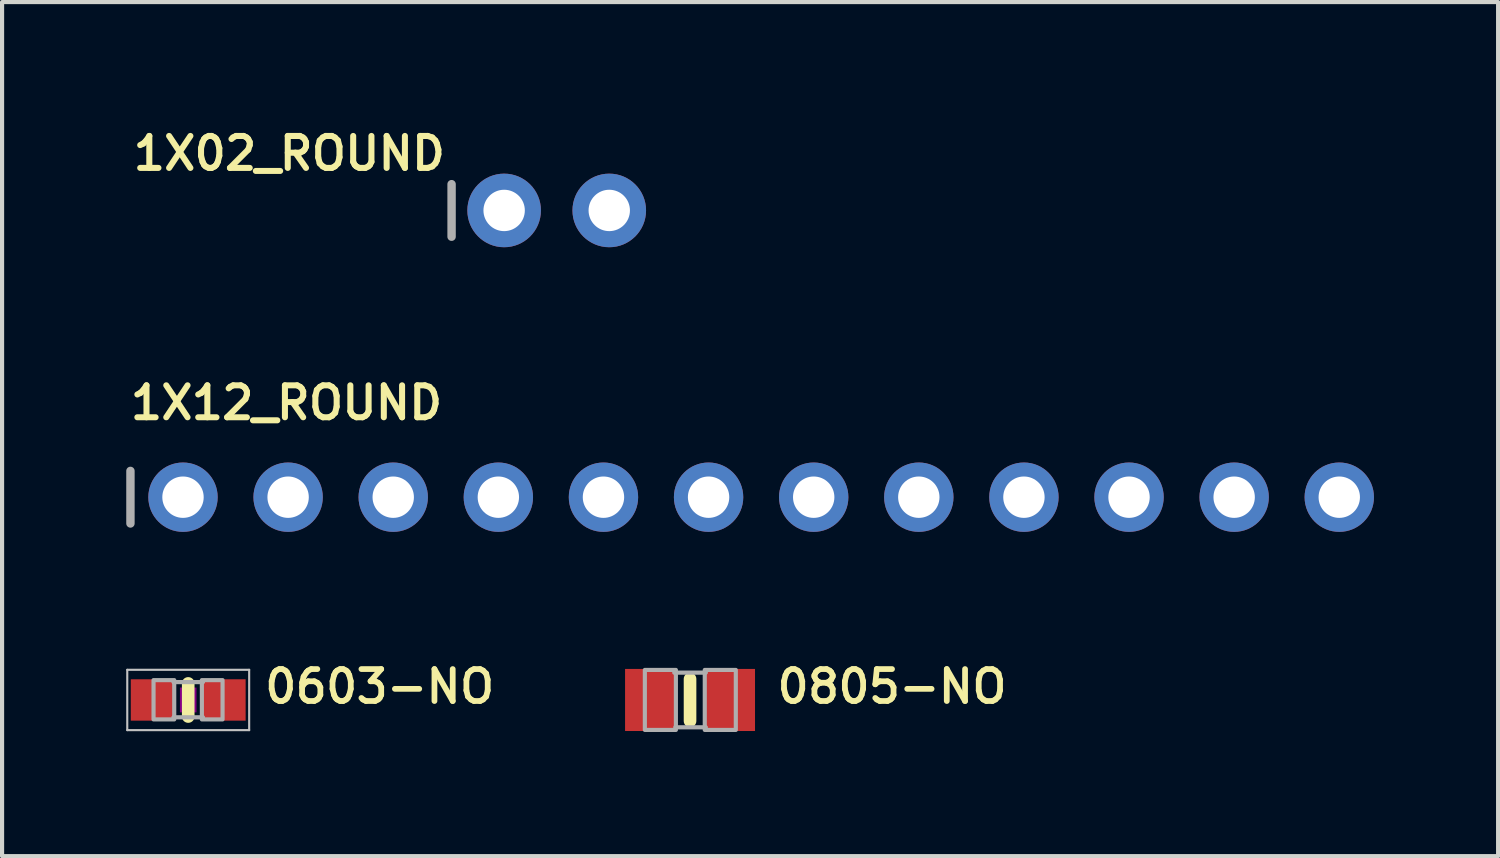
<source format=kicad_pcb>
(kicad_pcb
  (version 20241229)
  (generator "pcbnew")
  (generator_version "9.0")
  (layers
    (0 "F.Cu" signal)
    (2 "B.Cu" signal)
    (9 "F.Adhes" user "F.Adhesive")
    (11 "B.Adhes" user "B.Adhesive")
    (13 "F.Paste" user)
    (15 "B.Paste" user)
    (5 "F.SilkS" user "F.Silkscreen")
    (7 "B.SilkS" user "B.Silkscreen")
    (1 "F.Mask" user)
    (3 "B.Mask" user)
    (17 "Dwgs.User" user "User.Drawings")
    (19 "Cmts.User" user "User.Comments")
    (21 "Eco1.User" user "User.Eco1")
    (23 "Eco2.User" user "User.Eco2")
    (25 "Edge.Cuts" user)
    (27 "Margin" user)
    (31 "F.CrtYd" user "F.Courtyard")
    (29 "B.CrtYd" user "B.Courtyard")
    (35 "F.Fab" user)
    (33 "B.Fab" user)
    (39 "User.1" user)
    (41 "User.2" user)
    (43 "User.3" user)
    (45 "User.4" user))
  (footprint "0603-NO"
    (layer "F.Cu")
    (at 1.498 13.864)
    (property "Reference" "0603-NO" (at 1.778 0.127 180) (layer "F.SilkS") (effects (font (size 0.772 0.772) (thickness 0.139)) (justify left bottom)))
    (attr through_hole)
    (fp_line (start 0 -0.4) (end 0 0.4) (stroke (width 0.305) (type solid)) (layer "F.SilkS"))
    (fp_poly (pts (xy -0.2 0.3) (xy 0.2 0.3) (xy 0.2 -0.3) (xy -0.2 -0.3)) (stroke (width 0) (type solid)) (fill yes) (layer "F.Adhes"))
    (fp_line (start -1.473 -0.729) (end 1.473 -0.729) (stroke (width 0.051) (type solid)) (layer "Dwgs.User"))
    (fp_line (start -1.473 0.729) (end -1.473 -0.729) (stroke (width 0.051) (type solid)) (layer "Dwgs.User"))
    (fp_line (start 1.473 -0.729) (end 1.473 0.729) (stroke (width 0.051) (type solid)) (layer "Dwgs.User"))
    (fp_line (start 1.473 0.729) (end -1.473 0.729) (stroke (width 0.051) (type solid)) (layer "Dwgs.User"))
    (fp_line (start -0.356 -0.432) (end 0.356 -0.432) (stroke (width 0.102) (type solid)) (layer "F.Fab"))
    (fp_line (start -0.356 0.419) (end 0.356 0.419) (stroke (width 0.102) (type solid)) (layer "F.Fab"))
    (fp_poly (pts (xy -0.838 0.47) (xy -0.338 0.47) (xy -0.338 -0.48) (xy -0.838 -0.48)) (stroke (width 0.1) (type solid)) (fill no) (layer "F.Fab"))
    (fp_poly (pts (xy 0.33 0.47) (xy 0.83 0.47) (xy 0.83 -0.48) (xy 0.33 -0.48)) (stroke (width 0.1) (type solid)) (fill no) (layer "F.Fab"))
    (pad "1" smd rect (at -0.85 0) (size 1.075 1) (layers "F.Cu" "F.Mask" "F.Paste"))
    (pad "2" smd rect (at 0.85 0) (size 1.075 1) (layers "F.Cu" "F.Mask" "F.Paste")))
  (footprint "1X02_ROUND"
    (layer "F.Cu")
    (at 10.402 2.035)
    (property "Reference" "1X02_ROUND" (at -2.616 -1.829 0) (layer "F.SilkS") (effects (font (size 0.772 0.772) (thickness 0.146)) (justify right top)))
    (attr through_hole)
    (fp_line (start -2.54 -0.635) (end -2.54 0.635) (stroke (width 0.203) (type solid)) (layer "F.Fab"))
    (fp_poly (pts (xy -1.524 0.254) (xy -1.016 0.254) (xy -1.016 -0.254) (xy -1.524 -0.254)) (stroke (width 0.1) (type solid)) (fill no) (layer "F.Fab"))
    (fp_poly (pts (xy 1.016 0.254) (xy 1.524 0.254) (xy 1.524 -0.254) (xy 1.016 -0.254)) (stroke (width 0.1) (type solid)) (fill no) (layer "F.Fab"))
    (pad "1" thru_hole circle (at -1.27 0 90) (size 1.778 1.778) (drill 1) (layers "*.Cu" "*.Mask"))
    (pad "2" thru_hole circle (at 1.27 0 90) (size 1.778 1.778) (drill 1) (layers "*.Cu" "*.Mask")))
  (footprint "0805-NO"
    (layer "F.Cu")
    (at 13.624 13.864)
    (property "Reference" "0805-NO" (at 2.032 0.127 180) (layer "F.SilkS") (effects (font (size 0.772 0.772) (thickness 0.139)) (justify left bottom)))
    (attr through_hole)
    (fp_line (start 0 -0.508) (end 0 0.508) (stroke (width 0.305) (type solid)) (layer "F.SilkS"))
    (fp_line (start -0.381 -0.66) (end 0.381 -0.66) (stroke (width 0.102) (type solid)) (layer "F.Fab"))
    (fp_line (start -0.356 0.66) (end 0.381 0.66) (stroke (width 0.102) (type solid)) (layer "F.Fab"))
    (fp_poly (pts (xy -1.092 0.724) (xy -0.342 0.724) (xy -0.342 -0.726) (xy -1.092 -0.726)) (stroke (width 0.1) (type solid)) (fill no) (layer "F.Fab"))
    (fp_poly (pts (xy 0.356 0.724) (xy 1.106 0.724) (xy 1.106 -0.726) (xy 0.356 -0.726)) (stroke (width 0.1) (type solid)) (fill no) (layer "F.Fab"))
    (pad "1" smd rect (at -0.95 0) (size 1.24 1.5) (layers "F.Cu" "F.Mask" "F.Paste"))
    (pad "2" smd rect (at 0.95 0) (size 1.24 1.5) (layers "F.Cu" "F.Mask" "F.Paste")))
  (footprint "1X12_ROUND"
    (layer "F.Cu")
    (at 15.342 8.964)
    (property "Reference" "1X12_ROUND" (at -15.316 -1.829 0) (layer "F.SilkS") (effects (font (size 0.772 0.772) (thickness 0.146)) (justify left bottom)))
    (attr through_hole)
    (fp_line (start -15.24 -0.635) (end -15.24 0.635) (stroke (width 0.203) (type solid)) (layer "F.Fab"))
    (fp_poly (pts (xy -14.224 0.254) (xy -13.716 0.254) (xy -13.716 -0.254) (xy -14.224 -0.254)) (stroke (width 0.1) (type solid)) (fill no) (layer "F.Fab"))
    (fp_poly (pts (xy -11.684 0.254) (xy -11.176 0.254) (xy -11.176 -0.254) (xy -11.684 -0.254)) (stroke (width 0.1) (type solid)) (fill no) (layer "F.Fab"))
    (fp_poly (pts (xy -9.144 0.254) (xy -8.636 0.254) (xy -8.636 -0.254) (xy -9.144 -0.254)) (stroke (width 0.1) (type solid)) (fill no) (layer "F.Fab"))
    (fp_poly (pts (xy -6.604 0.254) (xy -6.096 0.254) (xy -6.096 -0.254) (xy -6.604 -0.254)) (stroke (width 0.1) (type solid)) (fill no) (layer "F.Fab"))
    (fp_poly (pts (xy -4.064 0.254) (xy -3.556 0.254) (xy -3.556 -0.254) (xy -4.064 -0.254)) (stroke (width 0.1) (type solid)) (fill no) (layer "F.Fab"))
    (fp_poly (pts (xy -1.524 0.254) (xy -1.016 0.254) (xy -1.016 -0.254) (xy -1.524 -0.254)) (stroke (width 0.1) (type solid)) (fill no) (layer "F.Fab"))
    (fp_poly (pts (xy 1.016 0.254) (xy 1.524 0.254) (xy 1.524 -0.254) (xy 1.016 -0.254)) (stroke (width 0.1) (type solid)) (fill no) (layer "F.Fab"))
    (fp_poly (pts (xy 3.556 0.254) (xy 4.064 0.254) (xy 4.064 -0.254) (xy 3.556 -0.254)) (stroke (width 0.1) (type solid)) (fill no) (layer "F.Fab"))
    (fp_poly (pts (xy 6.096 0.254) (xy 6.604 0.254) (xy 6.604 -0.254) (xy 6.096 -0.254)) (stroke (width 0.1) (type solid)) (fill no) (layer "F.Fab"))
    (fp_poly (pts (xy 8.636 0.254) (xy 9.144 0.254) (xy 9.144 -0.254) (xy 8.636 -0.254)) (stroke (width 0.1) (type solid)) (fill no) (layer "F.Fab"))
    (fp_poly (pts (xy 11.176 0.254) (xy 11.684 0.254) (xy 11.684 -0.254) (xy 11.176 -0.254)) (stroke (width 0.1) (type solid)) (fill no) (layer "F.Fab"))
    (fp_poly (pts (xy 13.716 0.254) (xy 14.224 0.254) (xy 14.224 -0.254) (xy 13.716 -0.254)) (stroke (width 0.1) (type solid)) (fill no) (layer "F.Fab"))
    (pad "1" thru_hole circle (at -13.97 0 90) (size 1.676 1.676) (drill 1) (layers "*.Cu" "*.Mask"))
    (pad "2" thru_hole circle (at -11.43 0 90) (size 1.676 1.676) (drill 1) (layers "*.Cu" "*.Mask"))
    (pad "3" thru_hole circle (at -8.89 0 90) (size 1.676 1.676) (drill 1) (layers "*.Cu" "*.Mask"))
    (pad "4" thru_hole circle (at -6.35 0 90) (size 1.676 1.676) (drill 1) (layers "*.Cu" "*.Mask"))
    (pad "5" thru_hole circle (at -3.81 0 90) (size 1.676 1.676) (drill 1) (layers "*.Cu" "*.Mask"))
    (pad "6" thru_hole circle (at -1.27 0 90) (size 1.676 1.676) (drill 1) (layers "*.Cu" "*.Mask"))
    (pad "7" thru_hole circle (at 1.27 0 90) (size 1.676 1.676) (drill 1) (layers "*.Cu" "*.Mask"))
    (pad "8" thru_hole circle (at 3.81 0 90) (size 1.676 1.676) (drill 1) (layers "*.Cu" "*.Mask"))
    (pad "9" thru_hole circle (at 6.35 0 90) (size 1.676 1.676) (drill 1) (layers "*.Cu" "*.Mask"))
    (pad "10" thru_hole circle (at 8.89 0 90) (size 1.676 1.676) (drill 1) (layers "*.Cu" "*.Mask"))
    (pad "11" thru_hole circle (at 11.43 0 90) (size 1.676 1.676) (drill 1) (layers "*.Cu" "*.Mask"))
    (pad "12" thru_hole circle (at 13.97 0 90) (size 1.676 1.676) (drill 1) (layers "*.Cu" "*.Mask")))
  (gr_rect
    (start -3 -3)
    (end 33.15 17.638)
    (stroke (width 0.1) (type default))
    (fill no)
    (layer "Edge.Cuts")))
</source>
